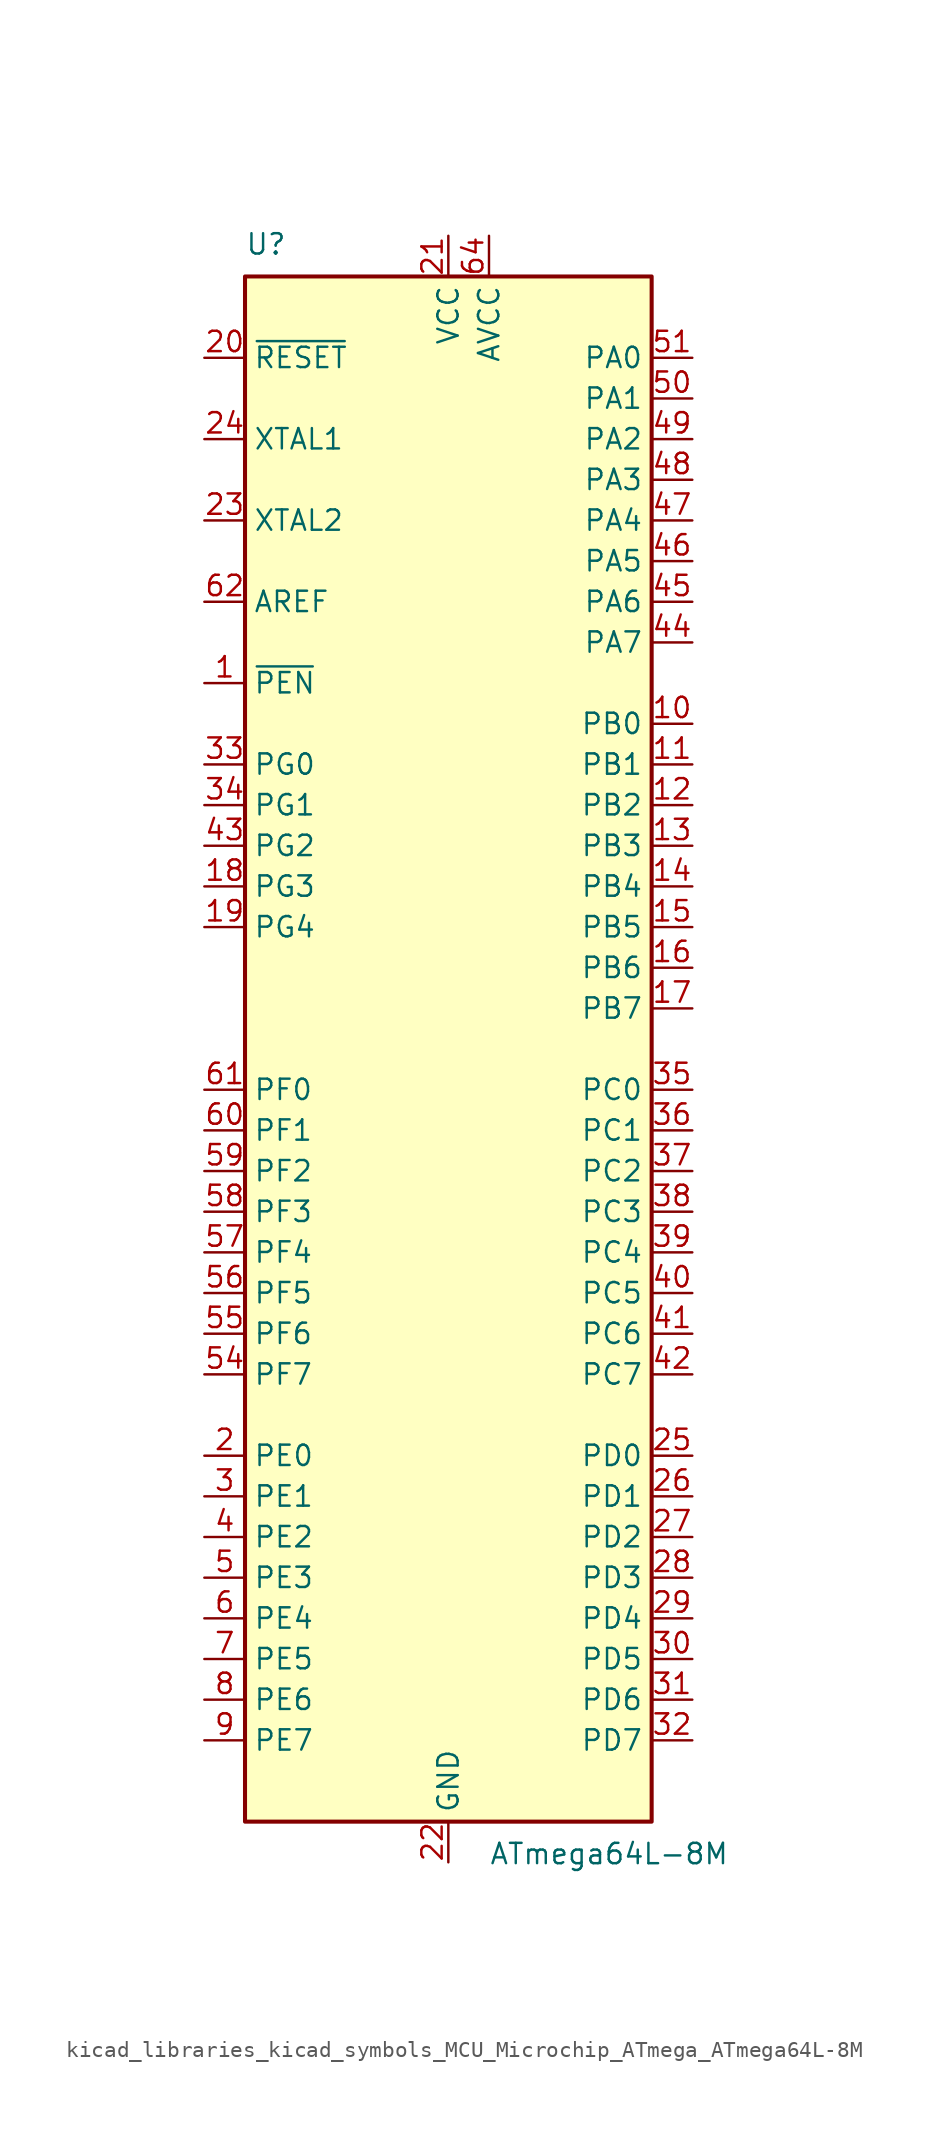
<source format=kicad_sym>
(kicad_symbol_lib
  (version 20220914)
  (generator kicad_symbol_editor)
  (symbol "kicad_libraries_kicad_symbols_MCU_Microchip_ATmega_ATmega64L-8M"
    (property "Reference" "U"
      (at -12.7 49.53 0)
      (effects (font (size 1.27 1.27)) (justify left bottom)))
    (property "Value" "ATmega64L-8M"
      (at 2.54 -49.53 0)
      (effects (font (size 1.27 1.27)) (justify left top)))
    (symbol "kicad_libraries_kicad_symbols_MCU_Microchip_ATmega_ATmega64L-8M_0_1"
      (rectangle (start -12.7 -48.26) (end 12.7 48.26) (stroke (width 0.254) (type default)) (fill (type background))))
    (symbol "kicad_libraries_kicad_symbols_MCU_Microchip_ATmega_ATmega64L-8M_1_1"
      (pin input line (at -15.24 22.86 0) (length 2.54) (name "~{PEN}" (effects (font (size 1.27 1.27)))) (number "1" (effects (font (size 1.27 1.27)))))
      (pin bidirectional line (at 15.24 20.32 180) (length 2.54) (name "PB0" (effects (font (size 1.27 1.27)))) (number "10" (effects (font (size 1.27 1.27)))))
      (pin bidirectional line (at 15.24 17.78 180) (length 2.54) (name "PB1" (effects (font (size 1.27 1.27)))) (number "11" (effects (font (size 1.27 1.27)))))
      (pin bidirectional line (at 15.24 15.24 180) (length 2.54) (name "PB2" (effects (font (size 1.27 1.27)))) (number "12" (effects (font (size 1.27 1.27)))))
      (pin bidirectional line (at 15.24 12.7 180) (length 2.54) (name "PB3" (effects (font (size 1.27 1.27)))) (number "13" (effects (font (size 1.27 1.27)))))
      (pin bidirectional line (at 15.24 10.16 180) (length 2.54) (name "PB4" (effects (font (size 1.27 1.27)))) (number "14" (effects (font (size 1.27 1.27)))))
      (pin bidirectional line (at 15.24 7.62 180) (length 2.54) (name "PB5" (effects (font (size 1.27 1.27)))) (number "15" (effects (font (size 1.27 1.27)))))
      (pin bidirectional line (at 15.24 5.08 180) (length 2.54) (name "PB6" (effects (font (size 1.27 1.27)))) (number "16" (effects (font (size 1.27 1.27)))))
      (pin bidirectional line (at 15.24 2.54 180) (length 2.54) (name "PB7" (effects (font (size 1.27 1.27)))) (number "17" (effects (font (size 1.27 1.27)))))
      (pin bidirectional line (at -15.24 10.16 0) (length 2.54) (name "PG3" (effects (font (size 1.27 1.27)))) (number "18" (effects (font (size 1.27 1.27)))))
      (pin bidirectional line (at -15.24 7.62 0) (length 2.54) (name "PG4" (effects (font (size 1.27 1.27)))) (number "19" (effects (font (size 1.27 1.27)))))
      (pin bidirectional line (at -15.24 -25.4 0) (length 2.54) (name "PE0" (effects (font (size 1.27 1.27)))) (number "2" (effects (font (size 1.27 1.27)))))
      (pin input line (at -15.24 43.18 0) (length 2.54) (name "~{RESET}" (effects (font (size 1.27 1.27)))) (number "20" (effects (font (size 1.27 1.27)))))
      (pin power_in line (at 0 50.8 270) (length 2.54) (name "VCC" (effects (font (size 1.27 1.27)))) (number "21" (effects (font (size 1.27 1.27)))))
      (pin power_in line (at 0 -50.8 90) (length 2.54) (name "GND" (effects (font (size 1.27 1.27)))) (number "22" (effects (font (size 1.27 1.27)))))
      (pin output line (at -15.24 33.02 0) (length 2.54) (name "XTAL2" (effects (font (size 1.27 1.27)))) (number "23" (effects (font (size 1.27 1.27)))))
      (pin input line (at -15.24 38.1 0) (length 2.54) (name "XTAL1" (effects (font (size 1.27 1.27)))) (number "24" (effects (font (size 1.27 1.27)))))
      (pin bidirectional line (at 15.24 -25.4 180) (length 2.54) (name "PD0" (effects (font (size 1.27 1.27)))) (number "25" (effects (font (size 1.27 1.27)))))
      (pin bidirectional line (at 15.24 -27.94 180) (length 2.54) (name "PD1" (effects (font (size 1.27 1.27)))) (number "26" (effects (font (size 1.27 1.27)))))
      (pin bidirectional line (at 15.24 -30.48 180) (length 2.54) (name "PD2" (effects (font (size 1.27 1.27)))) (number "27" (effects (font (size 1.27 1.27)))))
      (pin bidirectional line (at 15.24 -33.02 180) (length 2.54) (name "PD3" (effects (font (size 1.27 1.27)))) (number "28" (effects (font (size 1.27 1.27)))))
      (pin bidirectional line (at 15.24 -35.56 180) (length 2.54) (name "PD4" (effects (font (size 1.27 1.27)))) (number "29" (effects (font (size 1.27 1.27)))))
      (pin bidirectional line (at -15.24 -27.94 0) (length 2.54) (name "PE1" (effects (font (size 1.27 1.27)))) (number "3" (effects (font (size 1.27 1.27)))))
      (pin bidirectional line (at 15.24 -38.1 180) (length 2.54) (name "PD5" (effects (font (size 1.27 1.27)))) (number "30" (effects (font (size 1.27 1.27)))))
      (pin bidirectional line (at 15.24 -40.64 180) (length 2.54) (name "PD6" (effects (font (size 1.27 1.27)))) (number "31" (effects (font (size 1.27 1.27)))))
      (pin bidirectional line (at 15.24 -43.18 180) (length 2.54) (name "PD7" (effects (font (size 1.27 1.27)))) (number "32" (effects (font (size 1.27 1.27)))))
      (pin bidirectional line (at -15.24 17.78 0) (length 2.54) (name "PG0" (effects (font (size 1.27 1.27)))) (number "33" (effects (font (size 1.27 1.27)))))
      (pin bidirectional line (at -15.24 15.24 0) (length 2.54) (name "PG1" (effects (font (size 1.27 1.27)))) (number "34" (effects (font (size 1.27 1.27)))))
      (pin bidirectional line (at 15.24 -2.54 180) (length 2.54) (name "PC0" (effects (font (size 1.27 1.27)))) (number "35" (effects (font (size 1.27 1.27)))))
      (pin bidirectional line (at 15.24 -5.08 180) (length 2.54) (name "PC1" (effects (font (size 1.27 1.27)))) (number "36" (effects (font (size 1.27 1.27)))))
      (pin bidirectional line (at 15.24 -7.62 180) (length 2.54) (name "PC2" (effects (font (size 1.27 1.27)))) (number "37" (effects (font (size 1.27 1.27)))))
      (pin bidirectional line (at 15.24 -10.16 180) (length 2.54) (name "PC3" (effects (font (size 1.27 1.27)))) (number "38" (effects (font (size 1.27 1.27)))))
      (pin bidirectional line (at 15.24 -12.7 180) (length 2.54) (name "PC4" (effects (font (size 1.27 1.27)))) (number "39" (effects (font (size 1.27 1.27)))))
      (pin bidirectional line (at -15.24 -30.48 0) (length 2.54) (name "PE2" (effects (font (size 1.27 1.27)))) (number "4" (effects (font (size 1.27 1.27)))))
      (pin bidirectional line (at 15.24 -15.24 180) (length 2.54) (name "PC5" (effects (font (size 1.27 1.27)))) (number "40" (effects (font (size 1.27 1.27)))))
      (pin bidirectional line (at 15.24 -17.78 180) (length 2.54) (name "PC6" (effects (font (size 1.27 1.27)))) (number "41" (effects (font (size 1.27 1.27)))))
      (pin bidirectional line (at 15.24 -20.32 180) (length 2.54) (name "PC7" (effects (font (size 1.27 1.27)))) (number "42" (effects (font (size 1.27 1.27)))))
      (pin bidirectional line (at -15.24 12.7 0) (length 2.54) (name "PG2" (effects (font (size 1.27 1.27)))) (number "43" (effects (font (size 1.27 1.27)))))
      (pin bidirectional line (at 15.24 25.4 180) (length 2.54) (name "PA7" (effects (font (size 1.27 1.27)))) (number "44" (effects (font (size 1.27 1.27)))))
      (pin bidirectional line (at 15.24 27.94 180) (length 2.54) (name "PA6" (effects (font (size 1.27 1.27)))) (number "45" (effects (font (size 1.27 1.27)))))
      (pin bidirectional line (at 15.24 30.48 180) (length 2.54) (name "PA5" (effects (font (size 1.27 1.27)))) (number "46" (effects (font (size 1.27 1.27)))))
      (pin bidirectional line (at 15.24 33.02 180) (length 2.54) (name "PA4" (effects (font (size 1.27 1.27)))) (number "47" (effects (font (size 1.27 1.27)))))
      (pin bidirectional line (at 15.24 35.56 180) (length 2.54) (name "PA3" (effects (font (size 1.27 1.27)))) (number "48" (effects (font (size 1.27 1.27)))))
      (pin bidirectional line (at 15.24 38.1 180) (length 2.54) (name "PA2" (effects (font (size 1.27 1.27)))) (number "49" (effects (font (size 1.27 1.27)))))
      (pin bidirectional line (at -15.24 -33.02 0) (length 2.54) (name "PE3" (effects (font (size 1.27 1.27)))) (number "5" (effects (font (size 1.27 1.27)))))
      (pin bidirectional line (at 15.24 40.64 180) (length 2.54) (name "PA1" (effects (font (size 1.27 1.27)))) (number "50" (effects (font (size 1.27 1.27)))))
      (pin bidirectional line (at 15.24 43.18 180) (length 2.54) (name "PA0" (effects (font (size 1.27 1.27)))) (number "51" (effects (font (size 1.27 1.27)))))
      (pin passive line (at 0 50.8 270) (length 2.54) hide (name "VCC" (effects (font (size 1.27 1.27)))) (number "52" (effects (font (size 1.27 1.27)))))
      (pin passive line (at 0 -50.8 90) (length 2.54) hide (name "GND" (effects (font (size 1.27 1.27)))) (number "53" (effects (font (size 1.27 1.27)))))
      (pin bidirectional line (at -15.24 -20.32 0) (length 2.54) (name "PF7" (effects (font (size 1.27 1.27)))) (number "54" (effects (font (size 1.27 1.27)))))
      (pin bidirectional line (at -15.24 -17.78 0) (length 2.54) (name "PF6" (effects (font (size 1.27 1.27)))) (number "55" (effects (font (size 1.27 1.27)))))
      (pin bidirectional line (at -15.24 -15.24 0) (length 2.54) (name "PF5" (effects (font (size 1.27 1.27)))) (number "56" (effects (font (size 1.27 1.27)))))
      (pin bidirectional line (at -15.24 -12.7 0) (length 2.54) (name "PF4" (effects (font (size 1.27 1.27)))) (number "57" (effects (font (size 1.27 1.27)))))
      (pin bidirectional line (at -15.24 -10.16 0) (length 2.54) (name "PF3" (effects (font (size 1.27 1.27)))) (number "58" (effects (font (size 1.27 1.27)))))
      (pin bidirectional line (at -15.24 -7.62 0) (length 2.54) (name "PF2" (effects (font (size 1.27 1.27)))) (number "59" (effects (font (size 1.27 1.27)))))
      (pin bidirectional line (at -15.24 -35.56 0) (length 2.54) (name "PE4" (effects (font (size 1.27 1.27)))) (number "6" (effects (font (size 1.27 1.27)))))
      (pin bidirectional line (at -15.24 -5.08 0) (length 2.54) (name "PF1" (effects (font (size 1.27 1.27)))) (number "60" (effects (font (size 1.27 1.27)))))
      (pin bidirectional line (at -15.24 -2.54 0) (length 2.54) (name "PF0" (effects (font (size 1.27 1.27)))) (number "61" (effects (font (size 1.27 1.27)))))
      (pin passive line (at -15.24 27.94 0) (length 2.54) (name "AREF" (effects (font (size 1.27 1.27)))) (number "62" (effects (font (size 1.27 1.27)))))
      (pin passive line (at 0 -50.8 90) (length 2.54) hide (name "GND" (effects (font (size 1.27 1.27)))) (number "63" (effects (font (size 1.27 1.27)))))
      (pin power_in line (at 2.54 50.8 270) (length 2.54) (name "AVCC" (effects (font (size 1.27 1.27)))) (number "64" (effects (font (size 1.27 1.27)))))
      (pin passive line (at 0 -50.8 90) (length 2.54) hide (name "GND" (effects (font (size 1.27 1.27)))) (number "65" (effects (font (size 1.27 1.27)))))
      (pin bidirectional line (at -15.24 -38.1 0) (length 2.54) (name "PE5" (effects (font (size 1.27 1.27)))) (number "7" (effects (font (size 1.27 1.27)))))
      (pin bidirectional line (at -15.24 -40.64 0) (length 2.54) (name "PE6" (effects (font (size 1.27 1.27)))) (number "8" (effects (font (size 1.27 1.27)))))
      (pin bidirectional line (at -15.24 -43.18 0) (length 2.54) (name "PE7" (effects (font (size 1.27 1.27)))) (number "9" (effects (font (size 1.27 1.27))))))))
</source>
